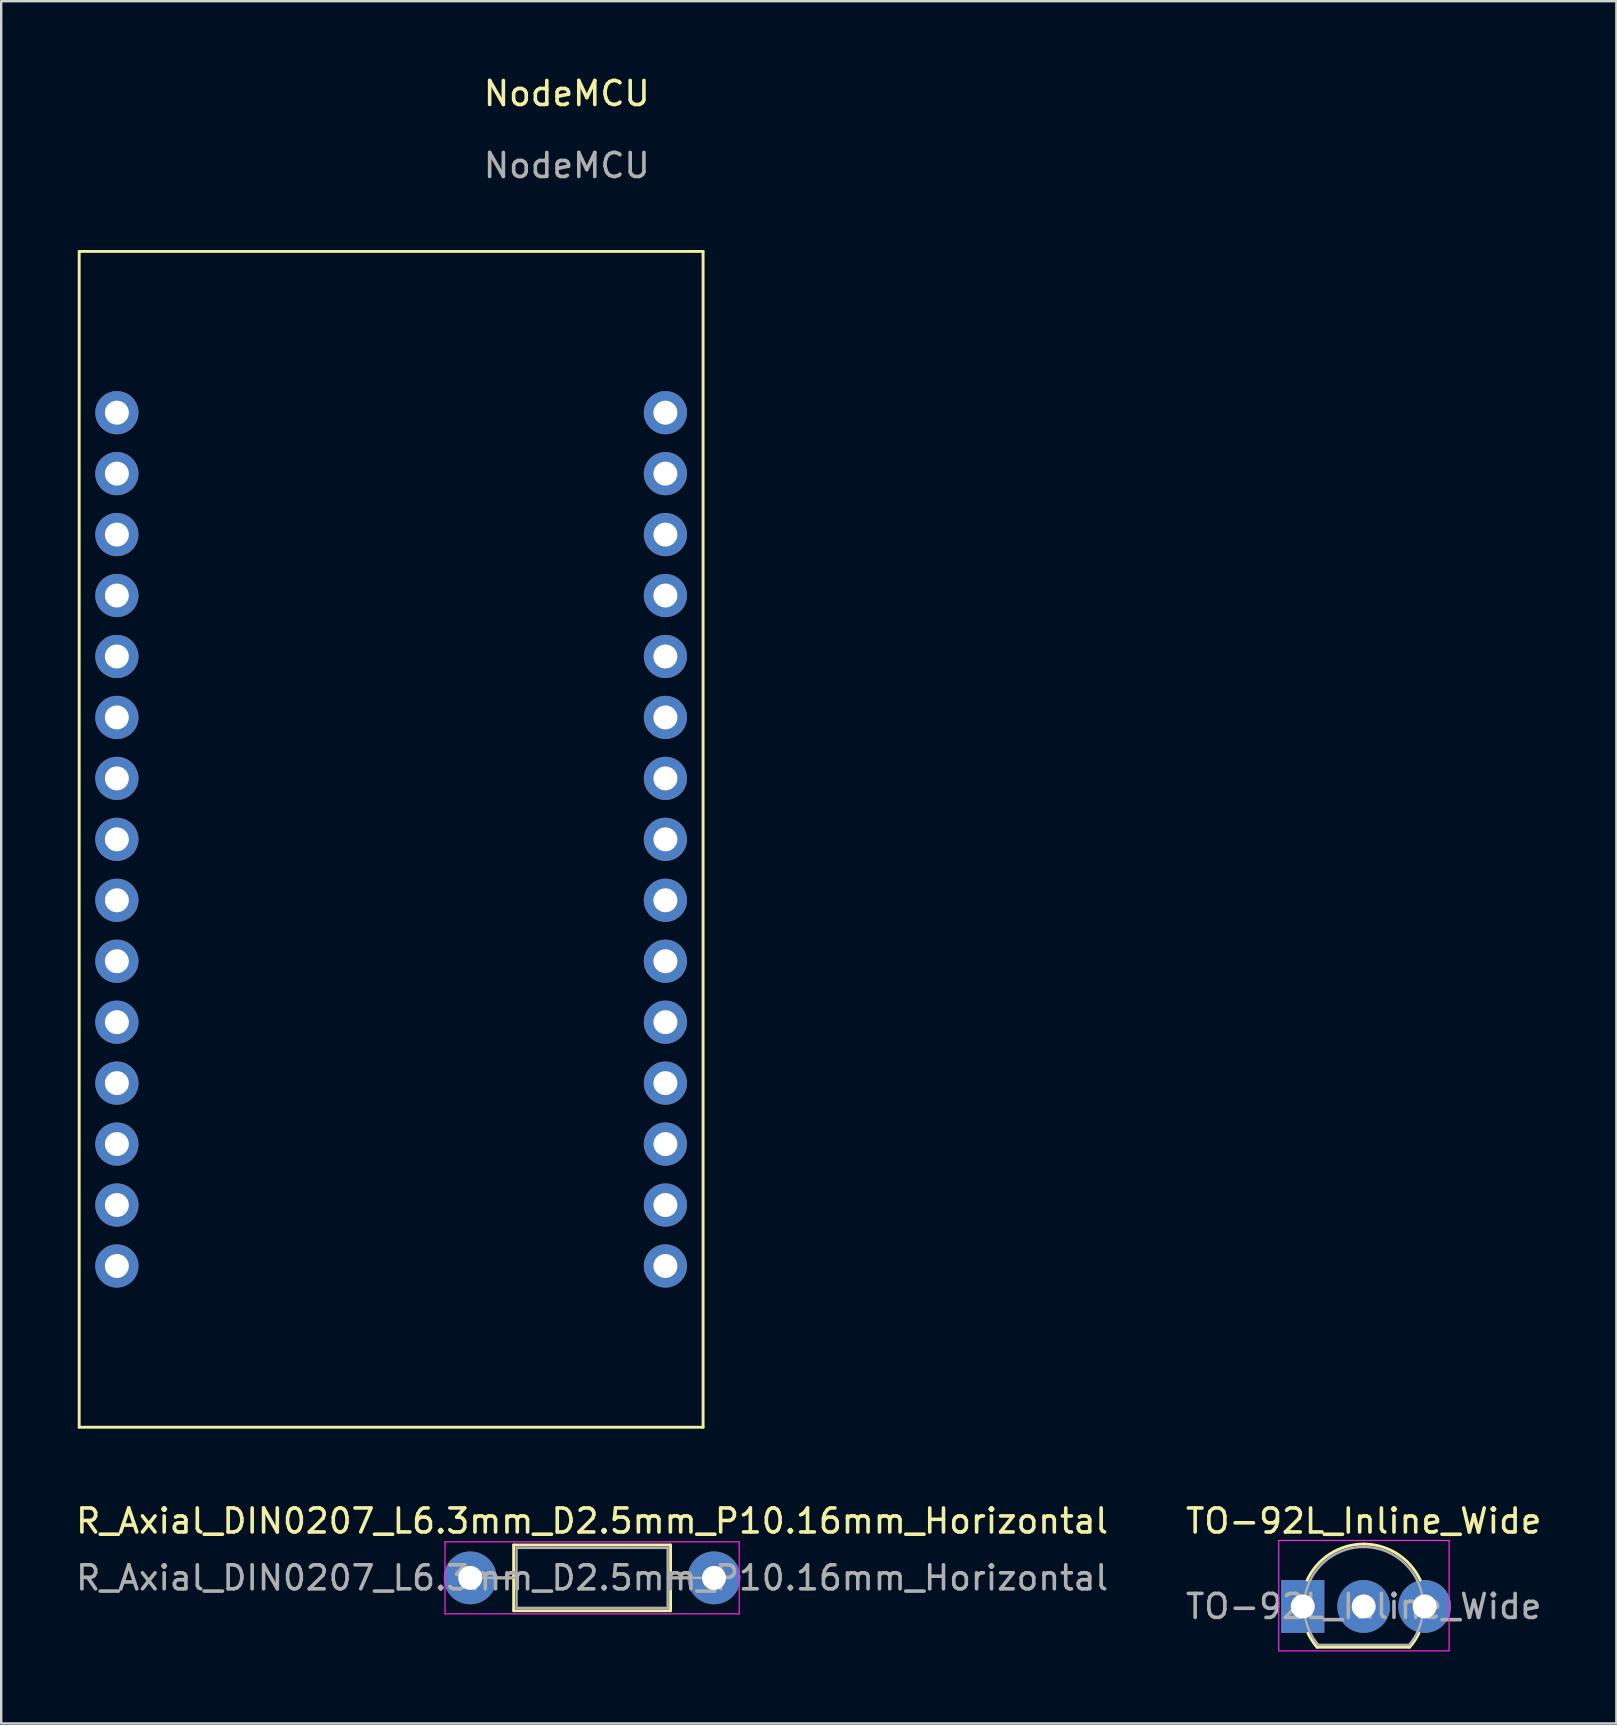
<source format=kicad_pcb>
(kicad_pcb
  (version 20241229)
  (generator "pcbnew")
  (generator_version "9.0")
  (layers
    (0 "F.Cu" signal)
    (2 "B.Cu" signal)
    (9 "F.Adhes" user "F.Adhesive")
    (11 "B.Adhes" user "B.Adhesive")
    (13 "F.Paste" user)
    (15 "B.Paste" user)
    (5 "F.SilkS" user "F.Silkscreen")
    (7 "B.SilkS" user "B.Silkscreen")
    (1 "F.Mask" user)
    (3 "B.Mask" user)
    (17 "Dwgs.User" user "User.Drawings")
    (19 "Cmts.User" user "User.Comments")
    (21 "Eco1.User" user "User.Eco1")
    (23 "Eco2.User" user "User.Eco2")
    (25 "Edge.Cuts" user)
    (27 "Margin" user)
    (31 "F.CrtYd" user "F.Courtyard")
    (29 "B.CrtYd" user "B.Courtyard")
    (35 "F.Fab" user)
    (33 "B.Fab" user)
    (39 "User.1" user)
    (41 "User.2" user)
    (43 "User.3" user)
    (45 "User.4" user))
  (footprint "R_Axial_DIN0207_L6.3mm_D2.5mm_P10.16mm_Horizontal"
    (layer "F.Cu")
    (at 16.545 62.706)
    (property "Reference" "R_Axial_DIN0207_L6.3mm_D2.5mm_P10.16mm_Horizontal" (at 5.08 -2.37 0) (layer "F.SilkS") (effects (font (size 1 1) (thickness 0.15))))
    (attr through_hole)
    (fp_line (start 1.04 0) (end 1.81 0) (stroke (width 0.12) (type solid)) (layer "F.SilkS"))
    (fp_line (start 1.81 -1.37) (end 1.81 1.37) (stroke (width 0.12) (type solid)) (layer "F.SilkS"))
    (fp_line (start 1.81 1.37) (end 8.35 1.37) (stroke (width 0.12) (type solid)) (layer "F.SilkS"))
    (fp_line (start 8.35 -1.37) (end 1.81 -1.37) (stroke (width 0.12) (type solid)) (layer "F.SilkS"))
    (fp_line (start 8.35 1.37) (end 8.35 -1.37) (stroke (width 0.12) (type solid)) (layer "F.SilkS"))
    (fp_line (start 9.12 0) (end 8.35 0) (stroke (width 0.12) (type solid)) (layer "F.SilkS"))
    (fp_line (start -1.05 -1.5) (end -1.05 1.5) (stroke (width 0.05) (type solid)) (layer "F.CrtYd"))
    (fp_line (start -1.05 1.5) (end 11.21 1.5) (stroke (width 0.05) (type solid)) (layer "F.CrtYd"))
    (fp_line (start 11.21 -1.5) (end -1.05 -1.5) (stroke (width 0.05) (type solid)) (layer "F.CrtYd"))
    (fp_line (start 11.21 1.5) (end 11.21 -1.5) (stroke (width 0.05) (type solid)) (layer "F.CrtYd"))
    (fp_line (start 0 0) (end 1.93 0) (stroke (width 0.1) (type solid)) (layer "F.Fab"))
    (fp_line (start 1.93 -1.25) (end 1.93 1.25) (stroke (width 0.1) (type solid)) (layer "F.Fab"))
    (fp_line (start 1.93 1.25) (end 8.23 1.25) (stroke (width 0.1) (type solid)) (layer "F.Fab"))
    (fp_line (start 8.23 -1.25) (end 1.93 -1.25) (stroke (width 0.1) (type solid)) (layer "F.Fab"))
    (fp_line (start 8.23 1.25) (end 8.23 -1.25) (stroke (width 0.1) (type solid)) (layer "F.Fab"))
    (fp_line (start 10.16 0) (end 8.23 0) (stroke (width 0.1) (type solid)) (layer "F.Fab"))
    (fp_text user "${REFERENCE}" (at 5.08 0 0) (layer "F.Fab") (effects (font (size 1 1) (thickness 0.15))))
    (pad "1" thru_hole circle (at 0 0) (size 2.2 2.2) (drill 1) (layers "*.Cu" "*.Mask"))
    (pad "2" thru_hole circle (at 10.16 0) (size 2.2 2.2) (drill 1) (layers "*.Cu" "*.Mask")))
  (footprint "NodeMCU"
    (layer "F.Cu")
    (at 0.25 7.428)
    (property "Reference" "NodeMCU" (at 20.32 -6.58 0) (unlocked yes) (layer "F.SilkS") (effects (font (size 1 1) (thickness 0.15))))
    (attr through_hole)
    (fp_line (start 0 0) (end 0 49) (stroke (width 0.12) (type default)) (layer "F.SilkS"))
    (fp_line (start 0 0) (end 26 0) (stroke (width 0.12) (type default)) (layer "F.SilkS"))
    (fp_line (start 0 49) (end 26 49) (stroke (width 0.12) (type default)) (layer "F.SilkS"))
    (fp_line (start 26 0) (end 26 49) (stroke (width 0.12) (type default)) (layer "F.SilkS"))
    (fp_text user "NodeMCU" (at 20.32 -3.58 0) (unlocked yes) (layer "F.Fab") (effects (font (size 1 1) (thickness 0.15))))
    (pad "1" thru_hole circle (at 1.57 6.72) (size 1.8 1.8) (drill 1) (layers "*.Cu" "*.Mask"))
    (pad "2" thru_hole circle (at 1.57 9.26) (size 1.8 1.8) (drill 1) (layers "*.Cu" "*.Mask"))
    (pad "3" thru_hole circle (at 1.57 11.8) (size 1.8 1.8) (drill 1) (layers "*.Cu" "*.Mask"))
    (pad "4" thru_hole circle (at 1.57 14.34) (size 1.8 1.8) (drill 1) (layers "*.Cu" "*.Mask"))
    (pad "5" thru_hole circle (at 1.57 16.88) (size 1.8 1.8) (drill 1) (layers "*.Cu" "*.Mask"))
    (pad "6" thru_hole circle (at 1.57 19.42) (size 1.8 1.8) (drill 1) (layers "*.Cu" "*.Mask"))
    (pad "7" thru_hole circle (at 1.57 21.96) (size 1.8 1.8) (drill 1) (layers "*.Cu" "*.Mask"))
    (pad "8" thru_hole circle (at 1.57 24.5) (size 1.8 1.8) (drill 1) (layers "*.Cu" "*.Mask"))
    (pad "9" thru_hole circle (at 1.57 27.04) (size 1.8 1.8) (drill 1) (layers "*.Cu" "*.Mask"))
    (pad "10" thru_hole circle (at 1.57 29.58) (size 1.8 1.8) (drill 1) (layers "*.Cu" "*.Mask"))
    (pad "11" thru_hole circle (at 1.57 32.12) (size 1.8 1.8) (drill 1) (layers "*.Cu" "*.Mask"))
    (pad "12" thru_hole circle (at 1.57 34.66) (size 1.8 1.8) (drill 1) (layers "*.Cu" "*.Mask"))
    (pad "13" thru_hole circle (at 1.57 37.2) (size 1.8 1.8) (drill 1) (layers "*.Cu" "*.Mask"))
    (pad "14" thru_hole circle (at 1.57 39.74) (size 1.8 1.8) (drill 1) (layers "*.Cu" "*.Mask"))
    (pad "15" thru_hole circle (at 1.57 42.28) (size 1.8 1.8) (drill 1) (layers "*.Cu" "*.Mask"))
    (pad "16" thru_hole circle (at 24.43 42.28) (size 1.8 1.8) (drill 1) (layers "*.Cu" "*.Mask"))
    (pad "17" thru_hole circle (at 24.43 39.74) (size 1.8 1.8) (drill 1) (layers "*.Cu" "*.Mask"))
    (pad "18" thru_hole circle (at 24.43 37.2) (size 1.8 1.8) (drill 1) (layers "*.Cu" "*.Mask"))
    (pad "19" thru_hole circle (at 24.43 34.66) (size 1.8 1.8) (drill 1) (layers "*.Cu" "*.Mask"))
    (pad "20" thru_hole circle (at 24.43 32.12) (size 1.8 1.8) (drill 1) (layers "*.Cu" "*.Mask"))
    (pad "21" thru_hole circle (at 24.43 29.58) (size 1.8 1.8) (drill 1) (layers "*.Cu" "*.Mask"))
    (pad "22" thru_hole circle (at 24.43 27.04) (size 1.8 1.8) (drill 1) (layers "*.Cu" "*.Mask"))
    (pad "23" thru_hole circle (at 24.43 24.5) (size 1.8 1.8) (drill 1) (layers "*.Cu" "*.Mask"))
    (pad "24" thru_hole circle (at 24.43 21.96) (size 1.8 1.8) (drill 1) (layers "*.Cu" "*.Mask"))
    (pad "25" thru_hole circle (at 24.43 19.42) (size 1.8 1.8) (drill 1) (layers "*.Cu" "*.Mask"))
    (pad "26" thru_hole circle (at 24.43 16.88) (size 1.8 1.8) (drill 1) (layers "*.Cu" "*.Mask"))
    (pad "27" thru_hole circle (at 24.43 14.34) (size 1.8 1.8) (drill 1) (layers "*.Cu" "*.Mask"))
    (pad "28" thru_hole circle (at 24.43 11.8) (size 1.8 1.8) (drill 1) (layers "*.Cu" "*.Mask"))
    (pad "29" thru_hole circle (at 24.43 9.26) (size 1.8 1.8) (drill 1) (layers "*.Cu" "*.Mask"))
    (pad "30" thru_hole circle (at 24.43 6.72) (size 1.8 1.8) (drill 1) (layers "*.Cu" "*.Mask")))
  (footprint "TO-92L_Inline_Wide"
    (layer "F.Cu")
    (at 51.24 63.897)
    (property "Reference" "TO-92L_Inline_Wide" (at 2.54 -3.56 0) (layer "F.SilkS") (effects (font (size 1 1) (thickness 0.15))))
    (attr through_hole)
    (fp_line (start 0.6 1.7) (end 4.45 1.7) (stroke (width 0.12) (type solid)) (layer "F.SilkS"))
    (fp_arc (start 0.1836 -1.098807) (mid 1.143021 -2.192817) (end 2.54 -2.6) (stroke (width 0.12) (type solid)) (layer "F.SilkS"))
    (fp_arc (start 0.6 1.7) (mid 0.389183 1.423933) (end 0.217369 1.122045) (stroke (width 0.12) (type solid)) (layer "F.SilkS"))
    (fp_arc (start 2.54 -2.6) (mid 3.936979 -2.192818) (end 4.8964 -1.098807) (stroke (width 0.12) (type solid)) (layer "F.SilkS"))
    (fp_arc (start 4.842383 1.112264) (mid 4.666594 1.419753) (end 4.45 1.7) (stroke (width 0.12) (type solid)) (layer "F.SilkS"))
    (fp_line (start -1 -2.75) (end -1 1.85) (stroke (width 0.05) (type solid)) (layer "F.CrtYd"))
    (fp_line (start -1 -2.75) (end 6.1 -2.75) (stroke (width 0.05) (type solid)) (layer "F.CrtYd"))
    (fp_line (start 6.1 1.85) (end -1 1.85) (stroke (width 0.05) (type solid)) (layer "F.CrtYd"))
    (fp_line (start 6.1 1.85) (end 6.1 -2.75) (stroke (width 0.05) (type solid)) (layer "F.CrtYd"))
    (fp_line (start 0.65 1.6) (end 4.4 1.6) (stroke (width 0.1) (type solid)) (layer "F.Fab"))
    (fp_arc (start 0.647182 1.602385) (mid 0.290076 -1.043188) (end 2.54 -2.48) (stroke (width 0.1) (type solid)) (layer "F.Fab"))
    (fp_arc (start 2.54 -2.48) (mid 4.787211 -1.049019) (end 4.441103 1.592547) (stroke (width 0.1) (type solid)) (layer "F.Fab"))
    (fp_text user "${REFERENCE}" (at 2.54 0 0) (layer "F.Fab") (effects (font (size 1 1) (thickness 0.15))))
    (pad "1" thru_hole rect (at 0 0) (size 1.8 2.2) (drill 1) (layers "*.Cu" "*.Mask"))
    (pad "2" thru_hole circle (at 2.54 0) (size 2.2 2.2) (drill 1) (layers "*.Cu" "*.Mask"))
    (pad "3" thru_hole circle (at 5.08 0) (size 2.2 2.2) (drill 1) (layers "*.Cu" "*.Mask")))
  (gr_rect
    (start -3 -3)
    (end 64.31 68.772)
    (stroke (width 0.1) (type default))
    (fill no)
    (layer "Edge.Cuts")))
</source>
